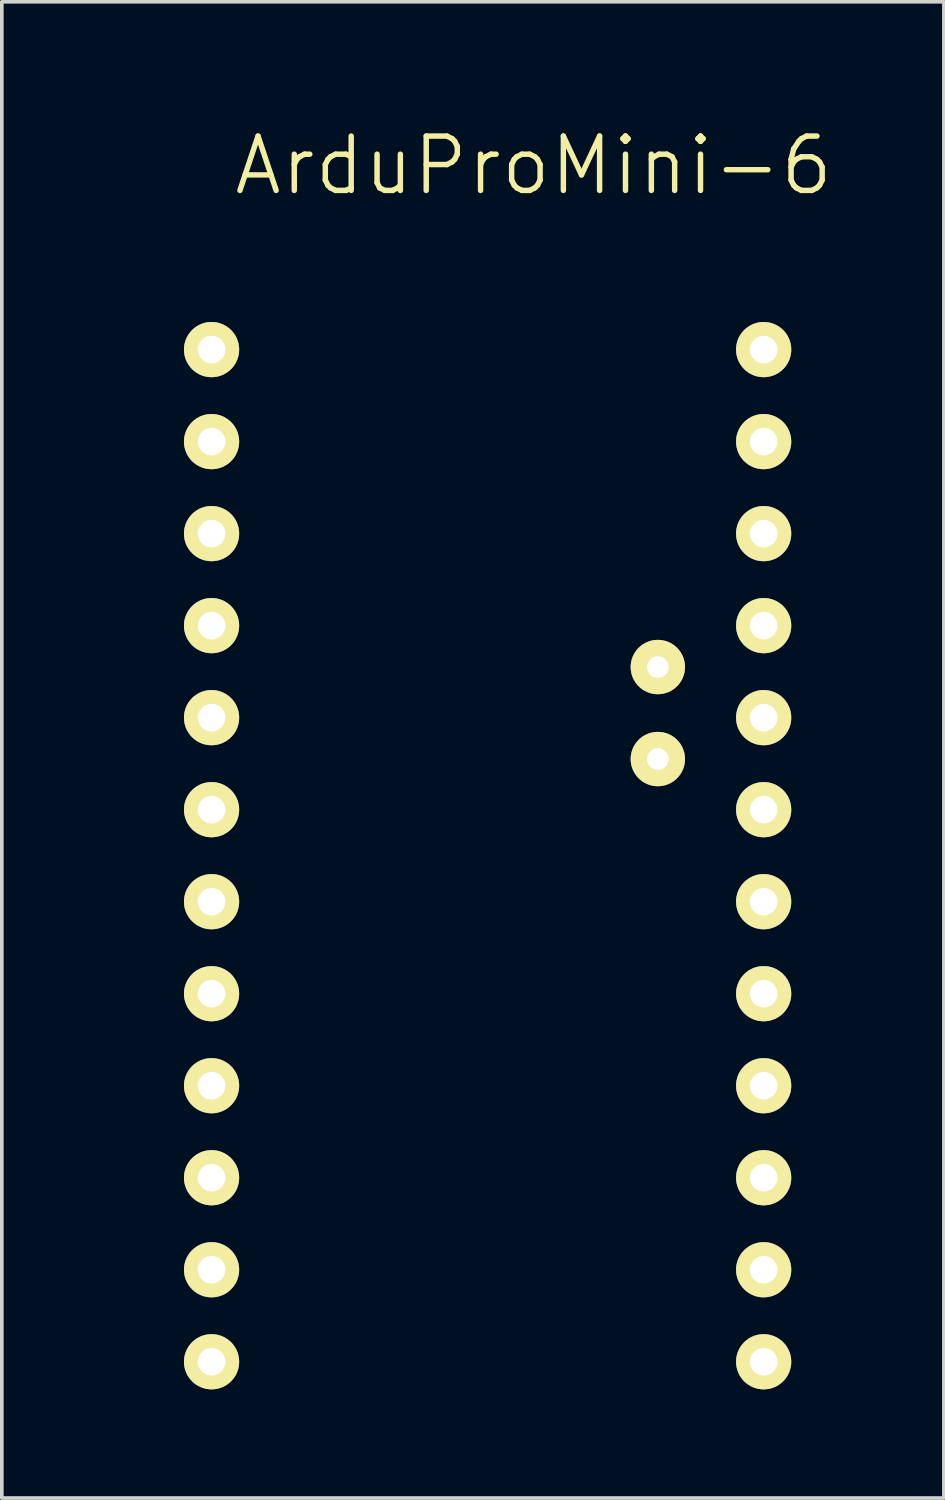
<source format=kicad_pcb>
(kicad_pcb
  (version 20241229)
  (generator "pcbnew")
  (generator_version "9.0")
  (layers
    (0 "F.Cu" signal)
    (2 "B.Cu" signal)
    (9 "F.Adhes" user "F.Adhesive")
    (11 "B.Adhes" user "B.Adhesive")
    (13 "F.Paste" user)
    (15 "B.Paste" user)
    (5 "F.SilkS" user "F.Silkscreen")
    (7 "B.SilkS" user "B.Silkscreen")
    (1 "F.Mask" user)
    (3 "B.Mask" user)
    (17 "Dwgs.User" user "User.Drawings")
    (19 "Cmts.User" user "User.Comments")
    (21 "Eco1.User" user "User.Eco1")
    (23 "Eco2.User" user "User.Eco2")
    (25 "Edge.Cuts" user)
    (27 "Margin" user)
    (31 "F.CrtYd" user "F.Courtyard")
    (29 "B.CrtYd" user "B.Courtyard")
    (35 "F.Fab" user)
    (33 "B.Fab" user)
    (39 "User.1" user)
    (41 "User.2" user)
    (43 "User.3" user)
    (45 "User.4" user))
  (footprint "ArduProMini-6"
    (layer "F.Cu")
    (at 0.25 0.25)
    (property "Reference" "ArduProMini-6" (at 11.43 1.27 0) (layer "F.SilkS") (effects (font (size 1.5 1.5) (thickness 0.15))))
    (attr through_hole)
    (pad "7" thru_hole circle (at 2.54 6.35) (size 1.524 1.524) (drill 0.762) (layers "*.Cu" "*.Mask" "F.SilkS"))
    (pad "8" thru_hole circle (at 2.54 8.89) (size 1.524 1.524) (drill 0.762) (layers "*.Cu" "*.Mask" "F.SilkS"))
    (pad "9" thru_hole circle (at 2.54 11.43) (size 1.524 1.524) (drill 0.762) (layers "*.Cu" "*.Mask" "F.SilkS"))
    (pad "10" thru_hole circle (at 2.54 13.97) (size 1.524 1.524) (drill 0.762) (layers "*.Cu" "*.Mask" "F.SilkS"))
    (pad "11" thru_hole circle (at 2.54 16.51) (size 1.524 1.524) (drill 0.762) (layers "*.Cu" "*.Mask" "F.SilkS"))
    (pad "12" thru_hole circle (at 2.54 19.05) (size 1.524 1.524) (drill 0.762) (layers "*.Cu" "*.Mask" "F.SilkS"))
    (pad "13" thru_hole circle (at 2.54 21.59) (size 1.524 1.524) (drill 0.762) (layers "*.Cu" "*.Mask" "F.SilkS"))
    (pad "14" thru_hole circle (at 2.54 24.13) (size 1.524 1.524) (drill 0.762) (layers "*.Cu" "*.Mask" "F.SilkS"))
    (pad "15" thru_hole circle (at 2.54 26.67) (size 1.524 1.524) (drill 0.762) (layers "*.Cu" "*.Mask" "F.SilkS"))
    (pad "16" thru_hole circle (at 2.54 29.21) (size 1.524 1.524) (drill 0.762) (layers "*.Cu" "*.Mask" "F.SilkS"))
    (pad "17" thru_hole circle (at 2.54 31.75) (size 1.524 1.524) (drill 0.762) (layers "*.Cu" "*.Mask" "F.SilkS"))
    (pad "18" thru_hole circle (at 2.54 34.29) (size 1.524 1.524) (drill 0.762) (layers "*.Cu" "*.Mask" "F.SilkS"))
    (pad "19" thru_hole circle (at 17.78 6.35) (size 1.524 1.524) (drill 0.762) (layers "*.Cu" "*.Mask" "F.SilkS"))
    (pad "20" thru_hole circle (at 17.78 8.89) (size 1.524 1.524) (drill 0.762) (layers "*.Cu" "*.Mask" "F.SilkS"))
    (pad "21" thru_hole circle (at 17.78 11.43) (size 1.524 1.524) (drill 0.762) (layers "*.Cu" "*.Mask" "F.SilkS"))
    (pad "22" thru_hole circle (at 17.78 13.97) (size 1.524 1.524) (drill 0.762) (layers "*.Cu" "*.Mask" "F.SilkS"))
    (pad "23" thru_hole circle (at 17.78 16.51) (size 1.524 1.524) (drill 0.762) (layers "*.Cu" "*.Mask" "F.SilkS"))
    (pad "24" thru_hole circle (at 17.78 19.05) (size 1.524 1.524) (drill 0.762) (layers "*.Cu" "*.Mask" "F.SilkS"))
    (pad "25" thru_hole circle (at 17.78 21.59) (size 1.524 1.524) (drill 0.762) (layers "*.Cu" "*.Mask" "F.SilkS"))
    (pad "26" thru_hole circle (at 17.78 24.13) (size 1.524 1.524) (drill 0.762) (layers "*.Cu" "*.Mask" "F.SilkS"))
    (pad "27" thru_hole circle (at 17.78 26.67) (size 1.524 1.524) (drill 0.762) (layers "*.Cu" "*.Mask" "F.SilkS"))
    (pad "28" thru_hole circle (at 17.78 29.21) (size 1.524 1.524) (drill 0.762) (layers "*.Cu" "*.Mask" "F.SilkS"))
    (pad "29" thru_hole circle (at 17.78 31.75) (size 1.524 1.524) (drill 0.762) (layers "*.Cu" "*.Mask" "F.SilkS"))
    (pad "30" thru_hole circle (at 17.78 34.29) (size 1.524 1.524) (drill 0.762) (layers "*.Cu" "*.Mask" "F.SilkS"))
    (pad "31" thru_hole circle (at 14.859 15.113) (size 1.5 1.5) (drill 0.6) (layers "*.Cu" "*.Mask" "F.SilkS"))
    (pad "32" thru_hole circle (at 14.859 17.653) (size 1.5 1.5) (drill 0.6) (layers "*.Cu" "*.Mask" "F.SilkS")))
  (gr_rect
    (start -3 -3)
    (end 23.005 38.302)
    (stroke (width 0.1) (type default))
    (fill no)
    (layer "Edge.Cuts")))
</source>
